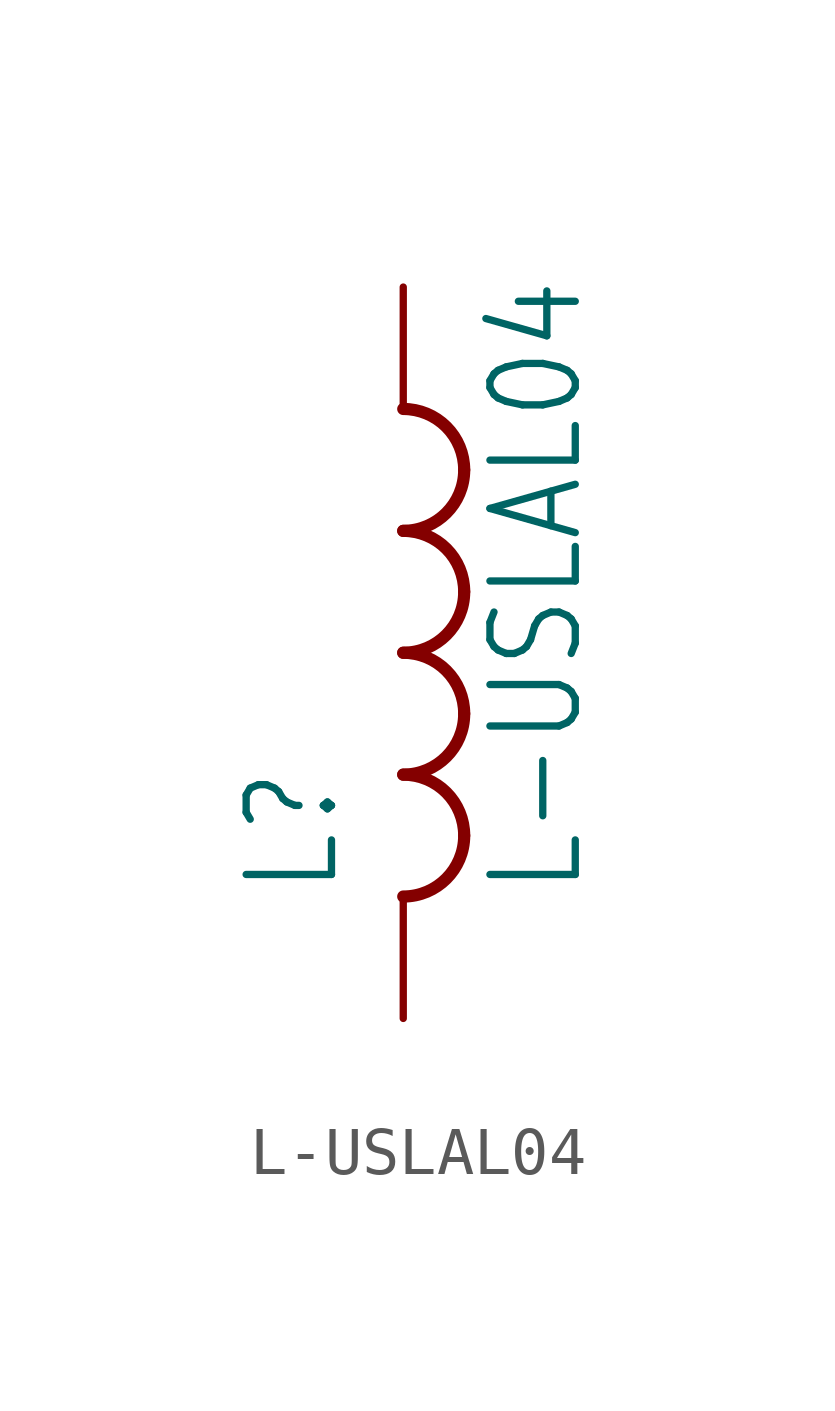
<source format=kicad_sym>
(kicad_symbol_lib
  (version 20211014)
  (generator kicad_symbol_editor)
  (symbol "L-USLAL04"
    (property "Reference" "L"
      (at -1.27 -5.08 90)
      (effects (font (size 1.778 1.511)) (justify left bottom)))
    (property "Value" "L-USLAL04"
      (at 3.81 -5.08 90)
      (effects (font (size 1.778 1.511)) (justify left bottom)))
    (property "ki_locked" ""
      (at 0 0 0)
      (effects (font (size 1.27 1.27))))
    (symbol "L-USLAL04_1_0"
      (arc (start 0 -5.08) (mid 0.898 -4.708) (end 1.27 -3.81) (stroke (width 0.254) (type default) (color 0 0 0 0)) (fill (type none)))
      (arc (start 0 -2.54) (mid 0.898 -2.168) (end 1.27 -1.27) (stroke (width 0.254) (type default) (color 0 0 0 0)) (fill (type none)))
      (arc (start 0 0) (mid 0.898 0.372) (end 1.27 1.27) (stroke (width 0.254) (type default) (color 0 0 0 0)) (fill (type none)))
      (arc (start 0 2.54) (mid 0.898 2.912) (end 1.27 3.81) (stroke (width 0.254) (type default) (color 0 0 0 0)) (fill (type none)))
      (arc (start 1.27 -3.81) (mid 0.898 -2.912) (end 0 -2.54) (stroke (width 0.254) (type default) (color 0 0 0 0)) (fill (type none)))
      (arc (start 1.27 -1.27) (mid 0.898 -0.372) (end 0 0) (stroke (width 0.254) (type default) (color 0 0 0 0)) (fill (type none)))
      (arc (start 1.27 1.27) (mid 0.898 2.168) (end 0 2.54) (stroke (width 0.254) (type default) (color 0 0 0 0)) (fill (type none)))
      (arc (start 1.27 3.81) (mid 0.898 4.708) (end 0 5.08) (stroke (width 0.254) (type default) (color 0 0 0 0)) (fill (type none)))
      (pin passive line (at 0 7.62 270) (length 2.54) (name "1" (effects (font (size 0 0)))) (number "1" (effects (font (size 0 0)))))
      (pin passive line (at 0 -7.62 90) (length 2.54) (name "2" (effects (font (size 0 0)))) (number "2" (effects (font (size 0 0))))))))
</source>
